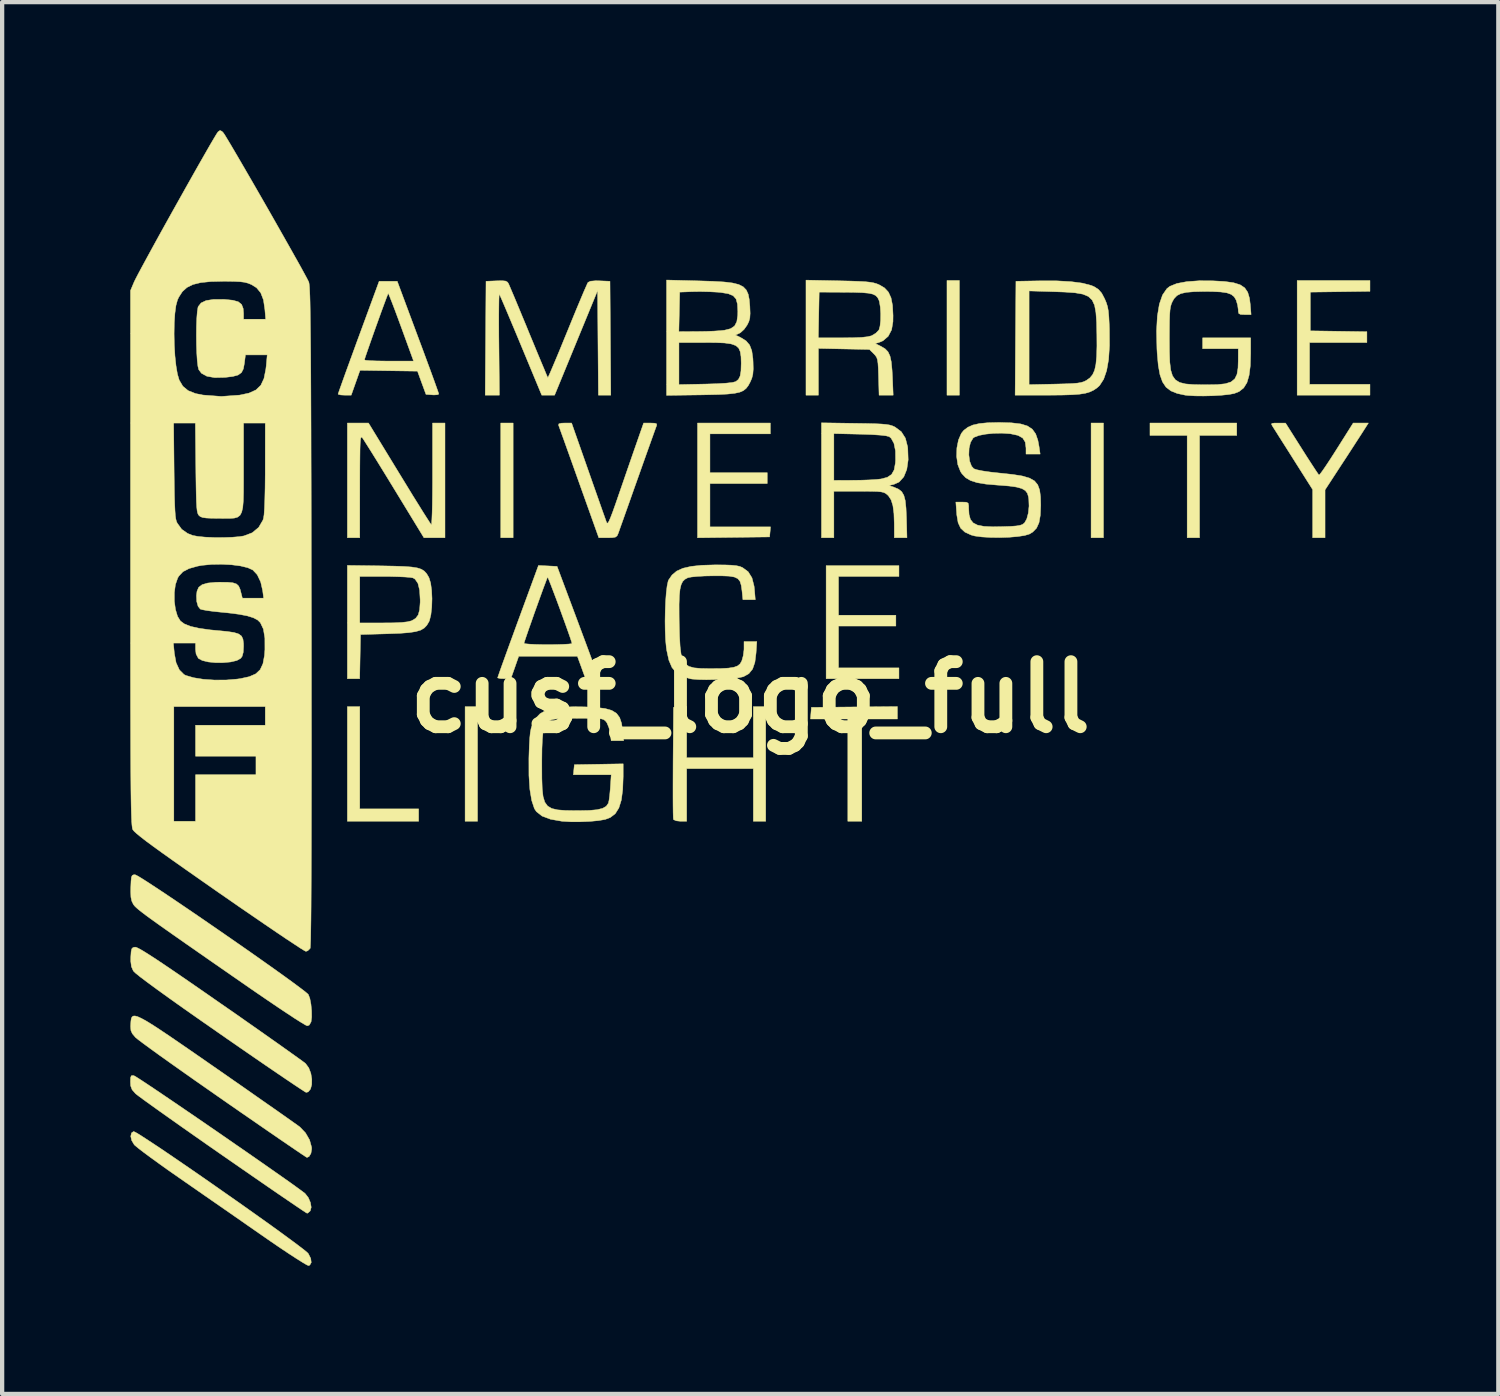
<source format=kicad_pcb>
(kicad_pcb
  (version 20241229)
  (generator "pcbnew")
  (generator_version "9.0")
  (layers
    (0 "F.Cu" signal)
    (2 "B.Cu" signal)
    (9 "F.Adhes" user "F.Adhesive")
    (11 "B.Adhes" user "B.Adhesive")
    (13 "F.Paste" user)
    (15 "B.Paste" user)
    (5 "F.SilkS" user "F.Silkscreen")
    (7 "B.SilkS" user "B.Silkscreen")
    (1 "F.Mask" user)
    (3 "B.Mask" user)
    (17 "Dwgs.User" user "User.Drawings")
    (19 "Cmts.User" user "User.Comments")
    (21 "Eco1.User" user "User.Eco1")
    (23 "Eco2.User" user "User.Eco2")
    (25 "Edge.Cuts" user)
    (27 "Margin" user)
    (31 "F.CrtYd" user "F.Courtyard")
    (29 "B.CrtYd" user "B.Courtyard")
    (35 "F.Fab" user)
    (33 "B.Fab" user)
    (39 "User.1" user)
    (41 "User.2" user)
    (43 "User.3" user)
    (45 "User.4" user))
  (footprint "cusf_logo_full"
    (layer "F.Cu")
    (at 14.519 13.28)
    (property "Reference" "cusf_logo_full" (at 0 0 0) (layer "F.SilkS") (effects (font (size 1.524 1.524) (thickness 0.3))))
    (attr through_hole)
    (fp_poly (pts (xy -6.386 2.903) (xy -6.677 2.903) (xy -6.677 0.218) (xy -6.386 0.218) (xy -6.386 2.903)) (stroke (width 0.01) (type solid)) (fill yes) (layer "F.SilkS"))
    (fp_poly (pts (xy -5.552 -3.737) (xy -5.842 -3.737) (xy -5.842 -6.423) (xy -5.552 -6.423) (xy -5.552 -3.737)) (stroke (width 0.01) (type solid)) (fill yes) (layer "F.SilkS"))
    (fp_poly (pts (xy 4.899 -7.076) (xy 4.608 -7.076) (xy 4.608 -9.761) (xy 4.899 -9.761) (xy 4.899 -7.076)) (stroke (width 0.01) (type solid)) (fill yes) (layer "F.SilkS"))
    (fp_poly (pts (xy 8.273 -3.737) (xy 7.983 -3.737) (xy 7.983 -6.423) (xy 8.273 -6.423) (xy 8.273 -3.737)) (stroke (width 0.01) (type solid)) (fill yes) (layer "F.SilkS"))
    (fp_poly (pts (xy -9.144 2.613) (xy -7.765 2.613) (xy -7.765 2.903) (xy -9.434 2.903) (xy -9.434 0.218) (xy -9.144 0.218) (xy -9.144 2.613)) (stroke (width 0.01) (type solid)) (fill yes) (layer "F.SilkS"))
    (fp_poly (pts (xy 11.394 -6.132) (xy 10.523 -6.132) (xy 10.523 -3.737) (xy 10.233 -3.737) (xy 10.233 -6.132) (xy 9.362 -6.132) (xy 9.362 -6.423) (xy 11.394 -6.423) (xy 11.394 -6.132)) (stroke (width 0.01) (type solid)) (fill yes) (layer "F.SilkS"))
    (fp_poly (pts (xy 3.447 0.508) (xy 2.613 0.508) (xy 2.613 2.903) (xy 2.286 2.903) (xy 2.286 0.508) (xy 1.411 0.508) (xy 1.422 0.372) (xy 1.433 0.236) (xy 2.44 0.226) (xy 3.447 0.217) (xy 3.447 0.508)) (stroke (width 0.01) (type solid)) (fill yes) (layer "F.SilkS"))
    (fp_poly (pts (xy 3.483 -2.83) (xy 2.068 -2.83) (xy 2.068 -1.923) (xy 3.411 -1.923) (xy 3.411 -1.669) (xy 2.068 -1.669) (xy 2.068 -0.689) (xy 3.483 -0.689) (xy 3.483 -0.435) (xy 1.778 -0.435) (xy 1.778 -3.084) (xy 3.483 -3.084) (xy 3.483 -2.83)) (stroke (width 0.01) (type solid)) (fill yes) (layer "F.SilkS"))
    (fp_poly (pts (xy 0.472 -6.169) (xy -0.943 -6.169) (xy -0.943 -5.261) (xy 0.399 -5.261) (xy 0.399 -5.007) (xy -0.943 -5.007) (xy -0.943 -3.991) (xy 0.476 -3.991) (xy 0.465 -3.873) (xy 0.454 -3.756) (xy -1.234 -3.736) (xy -1.234 -6.423) (xy 0.472 -6.423) (xy 0.472 -6.169)) (stroke (width 0.01) (type solid)) (fill yes) (layer "F.SilkS"))
    (fp_poly (pts (xy 14.514 -9.508) (xy 13.117 -9.489) (xy 13.117 -8.582) (xy 13.78 -8.572) (xy 14.442 -8.562) (xy 14.442 -8.309) (xy 13.099 -8.309) (xy 13.099 -7.33) (xy 14.514 -7.33) (xy 14.514 -7.076) (xy 12.809 -7.076) (xy 12.809 -9.761) (xy 14.514 -9.761) (xy 14.514 -9.508)) (stroke (width 0.01) (type solid)) (fill yes) (layer "F.SilkS"))
    (fp_poly (pts (xy -1.488 1.415) (xy 0.073 1.415) (xy 0.073 0.218) (xy 0.363 0.218) (xy 0.363 2.903) (xy 0.073 2.903) (xy 0.073 1.669) (xy -1.488 1.669) (xy -1.488 2.903) (xy -1.634 2.903) (xy -1.734 2.892) (xy -1.793 2.865) (xy -1.798 2.857) (xy -1.802 2.812) (xy -1.805 2.702) (xy -1.807 2.536) (xy -1.808 2.324) (xy -1.808 2.074) (xy -1.807 1.793) (xy -1.806 1.524) (xy -1.796 0.236) (xy -1.642 0.225) (xy -1.488 0.214) (xy -1.488 1.415)) (stroke (width 0.01) (type solid)) (fill yes) (layer "F.SilkS"))
    (fp_poly (pts (xy 14.344 -6.214) (xy 14.28 -6.115) (xy 14.186 -5.97) (xy 14.071 -5.792) (xy 13.945 -5.598) (xy 13.836 -5.432) (xy 13.462 -4.858) (xy 13.462 -3.737) (xy 13.172 -3.737) (xy 13.172 -4.864) (xy 12.731 -5.561) (xy 12.601 -5.767) (xy 12.481 -5.956) (xy 12.378 -6.118) (xy 12.299 -6.244) (xy 12.248 -6.323) (xy 12.237 -6.341) (xy 12.209 -6.39) (xy 12.216 -6.414) (xy 12.273 -6.422) (xy 12.36 -6.422) (xy 12.537 -6.422) (xy 12.917 -5.821) (xy 13.035 -5.635) (xy 13.141 -5.471) (xy 13.228 -5.338) (xy 13.289 -5.247) (xy 13.319 -5.206) (xy 13.321 -5.205) (xy 13.346 -5.229) (xy 13.404 -5.307) (xy 13.487 -5.428) (xy 13.59 -5.584) (xy 13.707 -5.767) (xy 13.732 -5.806) (xy 14.121 -6.423) (xy 14.477 -6.423) (xy 14.344 -6.214)) (stroke (width 0.01) (type solid)) (fill yes) (layer "F.SilkS"))
    (fp_poly (pts (xy -8.218 -5.241) (xy -8.056 -4.977) (xy -7.906 -4.731) (xy -7.77 -4.513) (xy -7.655 -4.328) (xy -7.563 -4.184) (xy -7.5 -4.086) (xy -7.47 -4.043) (xy -7.468 -4.042) (xy -7.461 -4.072) (xy -7.455 -4.167) (xy -7.449 -4.317) (xy -7.444 -4.516) (xy -7.441 -4.754) (xy -7.439 -5.023) (xy -7.439 -5.223) (xy -7.439 -6.423) (xy -7.148 -6.423) (xy -7.148 -3.737) (xy -7.641 -3.737) (xy -8.329 -4.865) (xy -8.489 -5.127) (xy -8.639 -5.371) (xy -8.775 -5.591) (xy -8.892 -5.779) (xy -8.985 -5.926) (xy -9.049 -6.027) (xy -9.079 -6.072) (xy -9.096 -6.09) (xy -9.11 -6.093) (xy -9.12 -6.073) (xy -9.128 -6.025) (xy -9.134 -5.941) (xy -9.138 -5.815) (xy -9.14 -5.64) (xy -9.142 -5.408) (xy -9.143 -5.115) (xy -9.143 -4.944) (xy -9.144 -3.737) (xy -9.434 -3.737) (xy -9.434 -6.423) (xy -8.939 -6.423) (xy -8.218 -5.241)) (stroke (width 0.01) (type solid)) (fill yes) (layer "F.SilkS"))
    (fp_poly (pts (xy -14.398 10.186) (xy -14.303 10.242) (xy -14.162 10.333) (xy -13.979 10.453) (xy -13.761 10.598) (xy -13.514 10.766) (xy -13.245 10.95) (xy -12.957 11.148) (xy -12.659 11.355) (xy -12.356 11.567) (xy -12.053 11.779) (xy -11.757 11.988) (xy -11.474 12.189) (xy -11.209 12.378) (xy -10.969 12.552) (xy -10.76 12.705) (xy -10.587 12.834) (xy -10.456 12.934) (xy -10.374 13.002) (xy -10.349 13.028) (xy -10.292 13.141) (xy -10.28 13.236) (xy -10.314 13.297) (xy -10.344 13.309) (xy -10.386 13.291) (xy -10.48 13.236) (xy -10.619 13.149) (xy -10.796 13.034) (xy -11.003 12.896) (xy -11.233 12.739) (xy -11.432 12.601) (xy -11.733 12.392) (xy -12.067 12.159) (xy -12.416 11.917) (xy -12.762 11.677) (xy -13.086 11.452) (xy -13.371 11.254) (xy -13.399 11.234) (xy -13.635 11.07) (xy -13.854 10.913) (xy -14.05 10.771) (xy -14.213 10.65) (xy -14.336 10.555) (xy -14.411 10.492) (xy -14.426 10.477) (xy -14.485 10.378) (xy -14.507 10.28) (xy -14.489 10.202) (xy -14.44 10.168) (xy -14.398 10.186)) (stroke (width 0.01) (type solid)) (fill yes) (layer "F.SilkS"))
    (fp_poly (pts (xy -14.371 5.858) (xy -14.308 5.889) (xy -14.213 5.943) (xy -14.082 6.025) (xy -13.912 6.135) (xy -13.7 6.277) (xy -13.442 6.452) (xy -13.135 6.663) (xy -12.775 6.912) (xy -12.41 7.166) (xy -12.075 7.398) (xy -11.757 7.621) (xy -11.459 7.83) (xy -11.188 8.021) (xy -10.949 8.19) (xy -10.747 8.334) (xy -10.587 8.448) (xy -10.474 8.53) (xy -10.415 8.575) (xy -10.41 8.58) (xy -10.338 8.679) (xy -10.29 8.804) (xy -10.267 8.94) (xy -10.269 9.069) (xy -10.297 9.174) (xy -10.351 9.24) (xy -10.399 9.253) (xy -10.435 9.233) (xy -10.526 9.174) (xy -10.666 9.081) (xy -10.851 8.957) (xy -11.075 8.805) (xy -11.333 8.629) (xy -11.621 8.431) (xy -11.933 8.216) (xy -12.264 7.987) (xy -12.409 7.886) (xy -12.863 7.57) (xy -13.261 7.291) (xy -13.603 7.048) (xy -13.888 6.843) (xy -14.115 6.676) (xy -14.285 6.548) (xy -14.395 6.459) (xy -14.446 6.409) (xy -14.447 6.407) (xy -14.491 6.308) (xy -14.507 6.183) (xy -14.506 6.078) (xy -14.498 5.956) (xy -14.483 5.89) (xy -14.453 5.86) (xy -14.405 5.85) (xy -14.371 5.858)) (stroke (width 0.01) (type solid)) (fill yes) (layer "F.SilkS"))
    (fp_poly (pts (xy -14.433 8.861) (xy -14.392 8.883) (xy -14.298 8.943) (xy -14.156 9.036) (xy -13.973 9.158) (xy -13.755 9.305) (xy -13.509 9.472) (xy -13.239 9.656) (xy -12.952 9.852) (xy -12.655 10.056) (xy -12.353 10.264) (xy -12.053 10.472) (xy -11.76 10.674) (xy -11.48 10.869) (xy -11.221 11.05) (xy -10.987 11.214) (xy -10.785 11.356) (xy -10.621 11.474) (xy -10.502 11.561) (xy -10.432 11.614) (xy -10.422 11.623) (xy -10.348 11.718) (xy -10.299 11.833) (xy -10.281 11.943) (xy -10.302 12.024) (xy -10.304 12.028) (xy -10.355 12.074) (xy -10.377 12.083) (xy -10.411 12.063) (xy -10.499 12.005) (xy -10.637 11.912) (xy -10.819 11.788) (xy -11.041 11.637) (xy -11.297 11.461) (xy -11.582 11.264) (xy -11.892 11.05) (xy -12.221 10.822) (xy -12.342 10.738) (xy -12.68 10.503) (xy -13.003 10.277) (xy -13.305 10.065) (xy -13.581 9.87) (xy -13.827 9.696) (xy -14.035 9.547) (xy -14.202 9.427) (xy -14.321 9.339) (xy -14.388 9.287) (xy -14.396 9.28) (xy -14.475 9.19) (xy -14.509 9.099) (xy -14.514 9.006) (xy -14.511 8.907) (xy -14.494 8.863) (xy -14.453 8.857) (xy -14.433 8.861)) (stroke (width 0.01) (type solid)) (fill yes) (layer "F.SilkS"))
    (fp_poly (pts (xy -14.344 7.479) (xy -14.255 7.52) (xy -14.137 7.585) (xy -13.986 7.678) (xy -13.798 7.801) (xy -13.568 7.956) (xy -13.292 8.145) (xy -12.966 8.37) (xy -12.586 8.634) (xy -12.482 8.706) (xy -12.156 8.933) (xy -11.844 9.15) (xy -11.553 9.354) (xy -11.287 9.54) (xy -11.052 9.704) (xy -10.855 9.843) (xy -10.701 9.952) (xy -10.595 10.027) (xy -10.545 10.064) (xy -10.415 10.2) (xy -10.319 10.366) (xy -10.272 10.537) (xy -10.27 10.579) (xy -10.287 10.681) (xy -10.332 10.755) (xy -10.38 10.777) (xy -10.413 10.757) (xy -10.501 10.699) (xy -10.638 10.606) (xy -10.82 10.482) (xy -11.041 10.331) (xy -11.297 10.155) (xy -11.582 9.958) (xy -11.891 9.745) (xy -12.22 9.517) (xy -12.341 9.433) (xy -12.679 9.197) (xy -13.003 8.971) (xy -13.305 8.758) (xy -13.582 8.562) (xy -13.828 8.387) (xy -14.037 8.236) (xy -14.203 8.114) (xy -14.323 8.024) (xy -14.39 7.97) (xy -14.398 7.962) (xy -14.47 7.877) (xy -14.503 7.803) (xy -14.51 7.705) (xy -14.507 7.646) (xy -14.503 7.581) (xy -14.495 7.527) (xy -14.479 7.489) (xy -14.452 7.466) (xy -14.408 7.462) (xy -14.344 7.479)) (stroke (width 0.01) (type solid)) (fill yes) (layer "F.SilkS"))
    (fp_poly (pts (xy -8.627 -3.078) (xy -8.334 -3.072) (xy -8.104 -3.064) (xy -7.928 -3.051) (xy -7.797 -3.03) (xy -7.701 -2.999) (xy -7.632 -2.955) (xy -7.579 -2.897) (xy -7.534 -2.822) (xy -7.521 -2.796) (xy -7.484 -2.675) (xy -7.461 -2.505) (xy -7.452 -2.31) (xy -7.458 -2.112) (xy -7.478 -1.934) (xy -7.512 -1.797) (xy -7.523 -1.772) (xy -7.573 -1.687) (xy -7.635 -1.622) (xy -7.718 -1.573) (xy -7.834 -1.539) (xy -7.99 -1.515) (xy -8.199 -1.499) (xy -8.47 -1.489) (xy -8.491 -1.488) (xy -9.126 -1.47) (xy -9.136 -0.953) (xy -9.146 -0.435) (xy -9.434 -0.435) (xy -9.434 -2.83) (xy -9.144 -2.83) (xy -9.144 -1.742) (xy -8.599 -1.742) (xy -8.349 -1.744) (xy -8.162 -1.753) (xy -8.028 -1.768) (xy -7.938 -1.79) (xy -7.927 -1.794) (xy -7.835 -1.849) (xy -7.775 -1.929) (xy -7.742 -2.05) (xy -7.729 -2.225) (xy -7.729 -2.283) (xy -7.742 -2.508) (xy -7.781 -2.668) (xy -7.849 -2.767) (xy -7.899 -2.797) (xy -7.965 -2.808) (xy -8.089 -2.818) (xy -8.255 -2.825) (xy -8.45 -2.83) (xy -8.566 -2.83) (xy -9.144 -2.83) (xy -9.434 -2.83) (xy -9.434 -3.089) (xy -8.627 -3.078)) (stroke (width 0.01) (type solid)) (fill yes) (layer "F.SilkS"))
    (fp_poly (pts (xy -3.791 -5.307) (xy -3.695 -5.033) (xy -3.605 -4.778) (xy -3.525 -4.551) (xy -3.458 -4.36) (xy -3.406 -4.215) (xy -3.374 -4.124) (xy -3.365 -4.1) (xy -3.351 -4.078) (xy -3.333 -4.084) (xy -3.307 -4.125) (xy -3.271 -4.208) (xy -3.22 -4.341) (xy -3.153 -4.529) (xy -3.082 -4.735) (xy -2.993 -4.992) (xy -2.9 -5.263) (xy -2.808 -5.528) (xy -2.726 -5.765) (xy -2.664 -5.942) (xy -2.496 -6.423) (xy -2.332 -6.423) (xy -2.233 -6.419) (xy -2.191 -6.403) (xy -2.191 -6.368) (xy -2.194 -6.359) (xy -2.212 -6.311) (xy -2.251 -6.203) (xy -2.308 -6.043) (xy -2.381 -5.839) (xy -2.466 -5.601) (xy -2.56 -5.336) (xy -2.638 -5.116) (xy -2.738 -4.835) (xy -2.831 -4.571) (xy -2.915 -4.335) (xy -2.986 -4.134) (xy -3.042 -3.978) (xy -3.078 -3.875) (xy -3.092 -3.837) (xy -3.118 -3.781) (xy -3.158 -3.751) (xy -3.232 -3.739) (xy -3.337 -3.737) (xy -3.546 -3.737) (xy -4.008 -5.031) (xy -4.112 -5.323) (xy -4.209 -5.595) (xy -4.296 -5.838) (xy -4.37 -6.045) (xy -4.429 -6.208) (xy -4.469 -6.32) (xy -4.488 -6.372) (xy -4.488 -6.373) (xy -4.481 -6.405) (xy -4.421 -6.42) (xy -4.345 -6.423) (xy -4.183 -6.423) (xy -3.791 -5.307)) (stroke (width 0.01) (type solid)) (fill yes) (layer "F.SilkS"))
    (fp_poly (pts (xy -14.36 4.176) (xy -14.261 4.234) (xy -14.116 4.326) (xy -13.93 4.448) (xy -13.709 4.594) (xy -13.459 4.762) (xy -13.186 4.947) (xy -12.897 5.144) (xy -12.598 5.35) (xy -12.294 5.56) (xy -11.991 5.77) (xy -11.697 5.975) (xy -11.416 6.173) (xy -11.155 6.358) (xy -10.92 6.526) (xy -10.718 6.673) (xy -10.553 6.795) (xy -10.432 6.887) (xy -10.362 6.946) (xy -10.348 6.961) (xy -10.313 7.051) (xy -10.287 7.186) (xy -10.272 7.341) (xy -10.27 7.489) (xy -10.284 7.601) (xy -10.327 7.676) (xy -10.375 7.693) (xy -10.419 7.672) (xy -10.515 7.615) (xy -10.658 7.525) (xy -10.84 7.405) (xy -11.055 7.262) (xy -11.297 7.098) (xy -11.559 6.919) (xy -11.69 6.829) (xy -12.153 6.508) (xy -12.561 6.225) (xy -12.916 5.978) (xy -13.223 5.764) (xy -13.484 5.581) (xy -13.705 5.426) (xy -13.888 5.296) (xy -14.037 5.189) (xy -14.156 5.102) (xy -14.249 5.031) (xy -14.319 4.976) (xy -14.37 4.932) (xy -14.406 4.898) (xy -14.43 4.87) (xy -14.446 4.848) (xy -14.483 4.772) (xy -14.503 4.68) (xy -14.508 4.551) (xy -14.506 4.445) (xy -14.5 4.301) (xy -14.491 4.215) (xy -14.473 4.172) (xy -14.442 4.157) (xy -14.405 4.155) (xy -14.36 4.176)) (stroke (width 0.01) (type solid)) (fill yes) (layer "F.SilkS"))
    (fp_poly (pts (xy -7.78 -8.438) (xy -7.671 -8.146) (xy -7.571 -7.875) (xy -7.482 -7.634) (xy -7.407 -7.428) (xy -7.349 -7.266) (xy -7.31 -7.156) (xy -7.294 -7.105) (xy -7.293 -7.102) (xy -7.326 -7.086) (xy -7.406 -7.081) (xy -7.443 -7.083) (xy -7.593 -7.094) (xy -7.693 -7.366) (xy -7.792 -7.638) (xy -9.138 -7.658) (xy -9.344 -7.076) (xy -9.498 -7.076) (xy -9.592 -7.081) (xy -9.646 -7.096) (xy -9.651 -7.103) (xy -9.638 -7.142) (xy -9.603 -7.242) (xy -9.549 -7.394) (xy -9.478 -7.592) (xy -9.392 -7.828) (xy -9.365 -7.902) (xy -9.035 -7.902) (xy -9.001 -7.892) (xy -8.906 -7.884) (xy -8.763 -7.878) (xy -8.585 -7.875) (xy -8.459 -7.874) (xy -7.883 -7.874) (xy -8.174 -8.673) (xy -8.257 -8.898) (xy -8.331 -9.097) (xy -8.394 -9.261) (xy -8.442 -9.382) (xy -8.47 -9.449) (xy -8.477 -9.46) (xy -8.493 -9.423) (xy -8.529 -9.329) (xy -8.58 -9.191) (xy -8.643 -9.02) (xy -8.712 -8.828) (xy -8.784 -8.628) (xy -8.854 -8.431) (xy -8.918 -8.248) (xy -8.972 -8.093) (xy -9.012 -7.977) (xy -9.033 -7.911) (xy -9.035 -7.902) (xy -9.365 -7.902) (xy -9.295 -8.094) (xy -9.19 -8.383) (xy -9.17 -8.436) (xy -8.69 -9.743) (xy -8.266 -9.743) (xy -7.78 -8.438)) (stroke (width 0.01) (type solid)) (fill yes) (layer "F.SilkS"))
    (fp_poly (pts (xy 7.174 -9.753) (xy 7.514 -9.734) (xy 7.786 -9.698) (xy 7.99 -9.644) (xy 8.057 -9.615) (xy 8.156 -9.551) (xy 8.231 -9.465) (xy 8.301 -9.332) (xy 8.301 -9.332) (xy 8.34 -9.239) (xy 8.368 -9.149) (xy 8.387 -9.046) (xy 8.399 -8.912) (xy 8.408 -8.73) (xy 8.412 -8.625) (xy 8.414 -8.236) (xy 8.393 -7.913) (xy 8.347 -7.651) (xy 8.277 -7.449) (xy 8.182 -7.302) (xy 8.119 -7.245) (xy 8.04 -7.192) (xy 7.953 -7.151) (xy 7.847 -7.12) (xy 7.714 -7.099) (xy 7.541 -7.086) (xy 7.319 -7.079) (xy 7.038 -7.076) (xy 6.957 -7.076) (xy 6.204 -7.076) (xy 6.206 -7.322) (xy 6.531 -7.322) (xy 7.139 -7.335) (xy 7.37 -7.341) (xy 7.54 -7.348) (xy 7.663 -7.358) (xy 7.751 -7.373) (xy 7.816 -7.393) (xy 7.872 -7.421) (xy 7.874 -7.422) (xy 7.957 -7.482) (xy 8.02 -7.559) (xy 8.066 -7.662) (xy 8.096 -7.802) (xy 8.113 -7.987) (xy 8.12 -8.227) (xy 8.118 -8.491) (xy 8.112 -8.782) (xy 8.096 -9.008) (xy 8.065 -9.18) (xy 8.008 -9.303) (xy 7.919 -9.388) (xy 7.788 -9.442) (xy 7.608 -9.473) (xy 7.371 -9.49) (xy 7.121 -9.499) (xy 6.531 -9.517) (xy 6.531 -7.322) (xy 6.206 -7.322) (xy 6.213 -8.409) (xy 6.223 -9.743) (xy 6.767 -9.753) (xy 7.174 -9.753)) (stroke (width 0.01) (type solid)) (fill yes) (layer "F.SilkS"))
    (fp_poly (pts (xy -5.729 -9.748) (xy -5.685 -9.724) (xy -5.665 -9.696) (xy -5.642 -9.646) (xy -5.596 -9.538) (xy -5.529 -9.381) (xy -5.446 -9.182) (xy -5.35 -8.95) (xy -5.244 -8.695) (xy -5.19 -8.562) (xy -5.082 -8.302) (xy -4.984 -8.064) (xy -4.897 -7.856) (xy -4.826 -7.687) (xy -4.775 -7.564) (xy -4.745 -7.496) (xy -4.74 -7.485) (xy -4.724 -7.515) (xy -4.684 -7.604) (xy -4.624 -7.745) (xy -4.546 -7.929) (xy -4.454 -8.15) (xy -4.352 -8.4) (xy -4.281 -8.572) (xy -4.172 -8.839) (xy -4.071 -9.085) (xy -3.98 -9.302) (xy -3.904 -9.483) (xy -3.845 -9.617) (xy -3.809 -9.698) (xy -3.798 -9.717) (xy -3.74 -9.745) (xy -3.618 -9.755) (xy -3.523 -9.753) (xy -3.284 -9.743) (xy -3.274 -8.409) (xy -3.265 -7.076) (xy -3.555 -7.076) (xy -3.565 -8.3) (xy -3.574 -9.525) (xy -4.581 -7.076) (xy -4.882 -7.076) (xy -5.368 -8.246) (xy -5.482 -8.52) (xy -5.588 -8.772) (xy -5.682 -8.996) (xy -5.761 -9.182) (xy -5.822 -9.324) (xy -5.861 -9.413) (xy -5.875 -9.442) (xy -5.88 -9.413) (xy -5.884 -9.32) (xy -5.886 -9.171) (xy -5.888 -8.974) (xy -5.888 -8.737) (xy -5.887 -8.469) (xy -5.885 -8.271) (xy -5.874 -7.076) (xy -6.206 -7.076) (xy -6.196 -8.409) (xy -6.187 -9.743) (xy -5.944 -9.753) (xy -5.81 -9.756) (xy -5.729 -9.748)) (stroke (width 0.01) (type solid)) (fill yes) (layer "F.SilkS"))
    (fp_poly (pts (xy 2.077 -9.754) (xy 2.34 -9.748) (xy 2.541 -9.741) (xy 2.692 -9.733) (xy 2.805 -9.721) (xy 2.89 -9.706) (xy 2.959 -9.686) (xy 3.018 -9.662) (xy 3.145 -9.588) (xy 3.237 -9.489) (xy 3.298 -9.355) (xy 3.333 -9.177) (xy 3.345 -8.943) (xy 3.343 -8.796) (xy 3.311 -8.606) (xy 3.231 -8.454) (xy 3.11 -8.35) (xy 3.051 -8.324) (xy 2.929 -8.284) (xy 3.07 -8.215) (xy 3.161 -8.16) (xy 3.228 -8.09) (xy 3.274 -7.991) (xy 3.304 -7.853) (xy 3.322 -7.662) (xy 3.331 -7.504) (xy 3.348 -7.076) (xy 3.018 -7.076) (xy 3.006 -7.51) (xy 3 -7.695) (xy 2.992 -7.823) (xy 2.979 -7.908) (xy 2.959 -7.965) (xy 2.927 -8.01) (xy 2.893 -8.046) (xy 2.792 -8.146) (xy 2.195 -8.158) (xy 1.597 -8.171) (xy 1.597 -7.076) (xy 1.306 -7.076) (xy 1.306 -8.418) (xy 1.595 -8.418) (xy 2.159 -8.418) (xy 2.415 -8.421) (xy 2.608 -8.429) (xy 2.745 -8.444) (xy 2.835 -8.465) (xy 2.847 -8.47) (xy 2.943 -8.528) (xy 3.012 -8.6) (xy 3.016 -8.606) (xy 3.04 -8.693) (xy 3.054 -8.827) (xy 3.056 -8.982) (xy 3.047 -9.135) (xy 3.027 -9.259) (xy 3.016 -9.296) (xy 2.985 -9.36) (xy 2.94 -9.408) (xy 2.871 -9.442) (xy 2.768 -9.464) (xy 2.62 -9.477) (xy 2.419 -9.484) (xy 2.213 -9.486) (xy 1.615 -9.489) (xy 1.595 -8.418) (xy 1.306 -8.418) (xy 1.306 -9.77) (xy 2.077 -9.754)) (stroke (width 0.01) (type solid)) (fill yes) (layer "F.SilkS"))
    (fp_poly (pts (xy 2.458 -6.416) (xy 2.721 -6.412) (xy 2.923 -6.407) (xy 3.073 -6.4) (xy 3.183 -6.39) (xy 3.264 -6.377) (xy 3.326 -6.359) (xy 3.38 -6.335) (xy 3.393 -6.328) (xy 3.538 -6.22) (xy 3.634 -6.069) (xy 3.686 -5.867) (xy 3.69 -5.829) (xy 3.699 -5.562) (xy 3.667 -5.338) (xy 3.597 -5.164) (xy 3.49 -5.044) (xy 3.365 -4.987) (xy 3.248 -4.96) (xy 3.373 -4.918) (xy 3.474 -4.874) (xy 3.548 -4.815) (xy 3.598 -4.729) (xy 3.631 -4.605) (xy 3.649 -4.43) (xy 3.659 -4.207) (xy 3.671 -3.737) (xy 3.375 -3.737) (xy 3.374 -4.055) (xy 3.366 -4.301) (xy 3.342 -4.487) (xy 3.3 -4.623) (xy 3.237 -4.719) (xy 3.211 -4.744) (xy 3.172 -4.775) (xy 3.127 -4.797) (xy 3.066 -4.811) (xy 2.975 -4.82) (xy 2.843 -4.824) (xy 2.657 -4.826) (xy 2.538 -4.826) (xy 1.959 -4.826) (xy 1.959 -3.737) (xy 1.669 -3.737) (xy 1.669 -5.08) (xy 1.959 -5.08) (xy 2.422 -5.082) (xy 2.617 -5.085) (xy 2.803 -5.092) (xy 2.958 -5.102) (xy 3.06 -5.113) (xy 3.211 -5.152) (xy 3.311 -5.219) (xy 3.371 -5.326) (xy 3.4 -5.487) (xy 3.404 -5.548) (xy 3.402 -5.772) (xy 3.366 -5.948) (xy 3.301 -6.066) (xy 3.254 -6.105) (xy 3.181 -6.124) (xy 3.042 -6.14) (xy 2.842 -6.153) (xy 2.586 -6.162) (xy 2.567 -6.162) (xy 1.959 -6.176) (xy 1.959 -5.08) (xy 1.669 -5.08) (xy 1.669 -6.428) (xy 2.458 -6.416)) (stroke (width 0.01) (type solid)) (fill yes) (layer "F.SilkS"))
    (fp_poly (pts (xy -4.741 -3.077) (xy -4.523 -3.066) (xy -4.041 -1.778) (xy -3.933 -1.488) (xy -3.833 -1.22) (xy -3.744 -0.98) (xy -3.67 -0.777) (xy -3.612 -0.618) (xy -3.573 -0.51) (xy -3.558 -0.462) (xy -3.557 -0.461) (xy -3.589 -0.445) (xy -3.669 -0.441) (xy -3.709 -0.442) (xy -3.863 -0.454) (xy -3.955 -0.708) (xy -4.048 -0.962) (xy -5.421 -0.962) (xy -5.513 -0.699) (xy -5.606 -0.436) (xy -5.76 -0.436) (xy -5.855 -0.44) (xy -5.909 -0.453) (xy -5.915 -0.459) (xy -5.902 -0.497) (xy -5.868 -0.596) (xy -5.814 -0.748) (xy -5.743 -0.945) (xy -5.658 -1.18) (xy -5.627 -1.265) (xy -5.298 -1.265) (xy -5.263 -1.254) (xy -5.169 -1.245) (xy -5.027 -1.238) (xy -4.849 -1.234) (xy -4.735 -1.234) (xy -4.543 -1.235) (xy -4.378 -1.24) (xy -4.255 -1.247) (xy -4.184 -1.255) (xy -4.173 -1.261) (xy -4.185 -1.304) (xy -4.217 -1.401) (xy -4.266 -1.541) (xy -4.327 -1.712) (xy -4.396 -1.902) (xy -4.468 -2.101) (xy -4.54 -2.295) (xy -4.608 -2.474) (xy -4.666 -2.627) (xy -4.711 -2.741) (xy -4.738 -2.805) (xy -4.744 -2.815) (xy -4.761 -2.778) (xy -4.796 -2.684) (xy -4.848 -2.546) (xy -4.91 -2.375) (xy -4.979 -2.183) (xy -5.051 -1.983) (xy -5.12 -1.786) (xy -5.184 -1.605) (xy -5.237 -1.451) (xy -5.276 -1.336) (xy -5.296 -1.273) (xy -5.298 -1.265) (xy -5.627 -1.265) (xy -5.561 -1.445) (xy -5.456 -1.734) (xy -5.437 -1.785) (xy -4.959 -3.087) (xy -4.741 -3.077)) (stroke (width 0.01) (type solid)) (fill yes) (layer "F.SilkS"))
    (fp_poly (pts (xy 10.838 -9.753) (xy 11.111 -9.738) (xy 11.319 -9.709) (xy 11.473 -9.661) (xy 11.581 -9.589) (xy 11.651 -9.486) (xy 11.692 -9.349) (xy 11.711 -9.198) (xy 11.73 -8.963) (xy 11.58 -8.963) (xy 11.485 -8.966) (xy 11.442 -8.988) (xy 11.43 -9.043) (xy 11.43 -9.073) (xy 11.415 -9.184) (xy 11.38 -9.302) (xy 11.378 -9.306) (xy 11.334 -9.38) (xy 11.266 -9.435) (xy 11.164 -9.472) (xy 11.018 -9.493) (xy 10.817 -9.503) (xy 10.632 -9.505) (xy 10.393 -9.499) (xy 10.215 -9.484) (xy 10.086 -9.455) (xy 9.994 -9.408) (xy 9.928 -9.339) (xy 9.888 -9.271) (xy 9.863 -9.214) (xy 9.845 -9.152) (xy 9.832 -9.071) (xy 9.824 -8.962) (xy 9.819 -8.812) (xy 9.817 -8.61) (xy 9.816 -8.4) (xy 9.818 -8.093) (xy 9.826 -7.85) (xy 9.848 -7.664) (xy 9.89 -7.528) (xy 9.958 -7.434) (xy 10.057 -7.373) (xy 10.195 -7.339) (xy 10.377 -7.324) (xy 10.61 -7.319) (xy 10.686 -7.319) (xy 10.937 -7.323) (xy 11.126 -7.343) (xy 11.259 -7.385) (xy 11.348 -7.457) (xy 11.4 -7.564) (xy 11.424 -7.714) (xy 11.429 -7.883) (xy 11.43 -8.164) (xy 10.595 -8.164) (xy 10.595 -8.418) (xy 11.72 -8.418) (xy 11.72 -8.057) (xy 11.712 -7.767) (xy 11.683 -7.54) (xy 11.633 -7.369) (xy 11.556 -7.245) (xy 11.45 -7.161) (xy 11.335 -7.115) (xy 11.211 -7.092) (xy 11.036 -7.074) (xy 10.831 -7.062) (xy 10.617 -7.057) (xy 10.416 -7.059) (xy 10.248 -7.069) (xy 10.187 -7.076) (xy 10 -7.116) (xy 9.852 -7.176) (xy 9.738 -7.263) (xy 9.655 -7.387) (xy 9.596 -7.555) (xy 9.556 -7.775) (xy 9.531 -8.057) (xy 9.525 -8.164) (xy 9.516 -8.579) (xy 9.535 -8.927) (xy 9.582 -9.208) (xy 9.656 -9.422) (xy 9.758 -9.57) (xy 9.828 -9.625) (xy 9.993 -9.691) (xy 10.223 -9.734) (xy 10.515 -9.755) (xy 10.838 -9.753)) (stroke (width 0.01) (type solid)) (fill yes) (layer "F.SilkS"))
    (fp_poly (pts (xy -1.188 -9.752) (xy -0.869 -9.742) (xy -0.614 -9.727) (xy -0.416 -9.703) (xy -0.269 -9.667) (xy -0.163 -9.613) (xy -0.092 -9.539) (xy -0.047 -9.44) (xy -0.022 -9.313) (xy -0.008 -9.153) (xy -0.008 -9.145) (xy -0.002 -8.99) (xy -0.009 -8.883) (xy -0.032 -8.799) (xy -0.073 -8.716) (xy -0.144 -8.616) (xy -0.225 -8.542) (xy -0.25 -8.527) (xy -0.345 -8.484) (xy -0.221 -8.424) (xy -0.097 -8.347) (xy -0.014 -8.25) (xy 0.037 -8.117) (xy 0.063 -7.934) (xy 0.067 -7.854) (xy 0.071 -7.688) (xy 0.062 -7.568) (xy 0.038 -7.472) (xy 0.002 -7.388) (xy -0.044 -7.302) (xy -0.095 -7.235) (xy -0.159 -7.183) (xy -0.246 -7.145) (xy -0.366 -7.119) (xy -0.526 -7.102) (xy -0.737 -7.091) (xy -1.007 -7.085) (xy -1.152 -7.082) (xy -1.959 -7.071) (xy -1.959 -8.309) (xy -1.669 -8.309) (xy -1.669 -7.323) (xy -1.043 -7.336) (xy -0.773 -7.344) (xy -0.563 -7.357) (xy -0.417 -7.373) (xy -0.34 -7.393) (xy -0.338 -7.394) (xy -0.275 -7.445) (xy -0.236 -7.524) (xy -0.216 -7.644) (xy -0.211 -7.821) (xy -0.211 -7.824) (xy -0.215 -7.976) (xy -0.233 -8.093) (xy -0.271 -8.179) (xy -0.339 -8.238) (xy -0.446 -8.276) (xy -0.599 -8.298) (xy -0.807 -8.307) (xy -1.08 -8.309) (xy -1.087 -8.309) (xy -1.669 -8.309) (xy -1.959 -8.309) (xy -1.959 -8.563) (xy -1.671 -8.563) (xy -1.226 -8.566) (xy -1.033 -8.569) (xy -0.848 -8.576) (xy -0.694 -8.587) (xy -0.601 -8.597) (xy -0.459 -8.633) (xy -0.367 -8.695) (xy -0.314 -8.796) (xy -0.292 -8.948) (xy -0.29 -9.041) (xy -0.299 -9.21) (xy -0.331 -9.328) (xy -0.399 -9.405) (xy -0.513 -9.452) (xy -0.684 -9.48) (xy -0.766 -9.488) (xy -0.959 -9.498) (xy -1.173 -9.503) (xy -1.361 -9.5) (xy -1.651 -9.489) (xy -1.661 -9.026) (xy -1.671 -8.563) (xy -1.959 -8.563) (xy -1.959 -9.772) (xy -1.188 -9.752)) (stroke (width 0.01) (type solid)) (fill yes) (layer "F.SilkS"))
    (fp_poly (pts (xy -0.6 -3.1) (xy -0.442 -3.094) (xy -0.328 -3.083) (xy -0.245 -3.065) (xy -0.18 -3.038) (xy -0.048 -2.941) (xy 0.041 -2.798) (xy 0.091 -2.602) (xy 0.1 -2.518) (xy 0.119 -2.286) (xy -0.171 -2.286) (xy -0.192 -2.492) (xy -0.21 -2.621) (xy -0.238 -2.714) (xy -0.289 -2.778) (xy -0.371 -2.817) (xy -0.497 -2.838) (xy -0.676 -2.845) (xy -0.863 -2.845) (xy -1.066 -2.841) (xy -1.244 -2.831) (xy -1.38 -2.817) (xy -1.46 -2.801) (xy -1.462 -2.8) (xy -1.529 -2.764) (xy -1.581 -2.713) (xy -1.618 -2.637) (xy -1.644 -2.529) (xy -1.659 -2.379) (xy -1.666 -2.179) (xy -1.665 -1.92) (xy -1.663 -1.742) (xy -1.655 -1.436) (xy -1.642 -1.195) (xy -1.619 -1.011) (xy -1.58 -0.876) (xy -1.52 -0.782) (xy -1.434 -0.723) (xy -1.316 -0.69) (xy -1.16 -0.676) (xy -0.963 -0.672) (xy -0.925 -0.672) (xy -0.686 -0.674) (xy -0.508 -0.684) (xy -0.381 -0.704) (xy -0.294 -0.736) (xy -0.237 -0.784) (xy -0.198 -0.85) (xy -0.197 -0.854) (xy -0.164 -0.971) (xy -0.146 -1.109) (xy -0.145 -1.142) (xy -0.145 -1.306) (xy 0.155 -1.306) (xy 0.137 -1.038) (xy 0.11 -0.821) (xy 0.056 -0.663) (xy -0.031 -0.555) (xy -0.155 -0.485) (xy -0.163 -0.482) (xy -0.267 -0.459) (xy -0.423 -0.44) (xy -0.615 -0.425) (xy -0.823 -0.416) (xy -1.028 -0.412) (xy -1.212 -0.416) (xy -1.356 -0.427) (xy -1.403 -0.434) (xy -1.59 -0.491) (xy -1.73 -0.575) (xy -1.832 -0.698) (xy -1.905 -0.869) (xy -1.955 -1.099) (xy -1.965 -1.168) (xy -1.982 -1.345) (xy -1.991 -1.555) (xy -1.994 -1.784) (xy -1.99 -2.019) (xy -1.981 -2.244) (xy -1.966 -2.446) (xy -1.946 -2.609) (xy -1.922 -2.72) (xy -1.912 -2.746) (xy -1.831 -2.864) (xy -1.722 -2.956) (xy -1.576 -3.022) (xy -1.384 -3.066) (xy -1.139 -3.092) (xy -0.832 -3.101) (xy -0.816 -3.101) (xy -0.6 -3.1)) (stroke (width 0.01) (type solid)) (fill yes) (layer "F.SilkS"))
    (fp_poly (pts (xy -3.88 0.224) (xy -3.607 0.237) (xy -3.397 0.263) (xy -3.241 0.308) (xy -3.131 0.376) (xy -3.058 0.474) (xy -3.013 0.608) (xy -2.987 0.783) (xy -2.985 0.804) (xy -2.965 1.016) (xy -3.256 1.016) (xy -3.28 0.838) (xy -3.308 0.713) (xy -3.352 0.606) (xy -3.372 0.574) (xy -3.401 0.543) (xy -3.435 0.52) (xy -3.486 0.505) (xy -3.566 0.496) (xy -3.686 0.492) (xy -3.859 0.49) (xy -4.019 0.49) (xy -4.265 0.492) (xy -4.448 0.498) (xy -4.577 0.51) (xy -4.661 0.528) (xy -4.692 0.541) (xy -4.75 0.581) (xy -4.796 0.637) (xy -4.829 0.718) (xy -4.853 0.833) (xy -4.868 0.991) (xy -4.877 1.2) (xy -4.88 1.469) (xy -4.88 1.597) (xy -4.879 1.901) (xy -4.871 2.14) (xy -4.851 2.322) (xy -4.811 2.455) (xy -4.745 2.546) (xy -4.647 2.604) (xy -4.51 2.636) (xy -4.328 2.65) (xy -4.095 2.654) (xy -4.012 2.654) (xy -3.766 2.649) (xy -3.584 2.632) (xy -3.455 2.6) (xy -3.371 2.551) (xy -3.323 2.482) (xy -3.321 2.478) (xy -3.306 2.412) (xy -3.291 2.297) (xy -3.278 2.153) (xy -3.275 2.114) (xy -3.255 1.814) (xy -4.141 1.814) (xy -4.13 1.696) (xy -4.118 1.578) (xy -3.547 1.568) (xy -2.975 1.558) (xy -2.975 1.856) (xy -2.986 2.162) (xy -3.018 2.405) (xy -3.076 2.591) (xy -3.161 2.726) (xy -3.277 2.815) (xy -3.396 2.86) (xy -3.551 2.887) (xy -3.753 2.906) (xy -3.979 2.915) (xy -4.204 2.915) (xy -4.404 2.903) (xy -4.412 2.902) (xy -4.675 2.856) (xy -4.875 2.781) (xy -5.008 2.676) (xy -5.054 2.606) (xy -5.117 2.417) (xy -5.16 2.159) (xy -5.182 1.832) (xy -5.183 1.435) (xy -5.181 1.361) (xy -5.173 1.128) (xy -5.163 0.954) (xy -5.15 0.825) (xy -5.131 0.727) (xy -5.105 0.647) (xy -5.091 0.614) (xy -5.017 0.483) (xy -4.92 0.383) (xy -4.791 0.309) (xy -4.623 0.259) (xy -4.406 0.231) (xy -4.133 0.221) (xy -3.88 0.224)) (stroke (width 0.01) (type solid)) (fill yes) (layer "F.SilkS"))
    (fp_poly (pts (xy 5.842 -6.436) (xy 6.118 -6.428) (xy 6.332 -6.403) (xy 6.491 -6.355) (xy 6.606 -6.279) (xy 6.685 -6.169) (xy 6.737 -6.019) (xy 6.765 -5.869) (xy 6.79 -5.697) (xy 6.459 -5.697) (xy 6.459 -5.838) (xy 6.441 -5.976) (xy 6.382 -6.072) (xy 6.271 -6.134) (xy 6.1 -6.171) (xy 6.085 -6.173) (xy 5.895 -6.186) (xy 5.699 -6.182) (xy 5.514 -6.163) (xy 5.358 -6.133) (xy 5.249 -6.092) (xy 5.219 -6.07) (xy 5.159 -5.97) (xy 5.126 -5.832) (xy 5.12 -5.678) (xy 5.139 -5.53) (xy 5.184 -5.412) (xy 5.237 -5.353) (xy 5.307 -5.329) (xy 5.439 -5.302) (xy 5.624 -5.275) (xy 5.852 -5.25) (xy 5.867 -5.249) (xy 6.153 -5.218) (xy 6.375 -5.182) (xy 6.54 -5.134) (xy 6.657 -5.068) (xy 6.733 -4.977) (xy 6.778 -4.855) (xy 6.799 -4.696) (xy 6.804 -4.499) (xy 6.794 -4.265) (xy 6.763 -4.089) (xy 6.705 -3.961) (xy 6.616 -3.87) (xy 6.538 -3.823) (xy 6.427 -3.79) (xy 6.262 -3.765) (xy 6.061 -3.748) (xy 5.843 -3.741) (xy 5.624 -3.744) (xy 5.423 -3.756) (xy 5.259 -3.778) (xy 5.174 -3.801) (xy 5.027 -3.869) (xy 4.929 -3.96) (xy 4.869 -4.089) (xy 4.838 -4.271) (xy 4.835 -4.315) (xy 4.816 -4.572) (xy 4.966 -4.572) (xy 5.061 -4.569) (xy 5.104 -4.546) (xy 5.116 -4.485) (xy 5.116 -4.432) (xy 5.125 -4.281) (xy 5.157 -4.166) (xy 5.221 -4.085) (xy 5.324 -4.032) (xy 5.475 -4.003) (xy 5.683 -3.993) (xy 5.908 -3.997) (xy 6.098 -4.003) (xy 6.23 -4.013) (xy 6.317 -4.027) (xy 6.375 -4.047) (xy 6.416 -4.078) (xy 6.424 -4.085) (xy 6.476 -4.176) (xy 6.513 -4.315) (xy 6.53 -4.478) (xy 6.524 -4.643) (xy 6.516 -4.695) (xy 6.491 -4.779) (xy 6.442 -4.842) (xy 6.362 -4.889) (xy 6.239 -4.923) (xy 6.065 -4.948) (xy 5.829 -4.967) (xy 5.786 -4.97) (xy 5.52 -4.993) (xy 5.314 -5.027) (xy 5.159 -5.077) (xy 5.044 -5.145) (xy 4.958 -5.237) (xy 4.925 -5.287) (xy 4.862 -5.448) (xy 4.834 -5.639) (xy 4.84 -5.839) (xy 4.877 -6.026) (xy 4.944 -6.18) (xy 5.001 -6.251) (xy 5.098 -6.325) (xy 5.216 -6.377) (xy 5.367 -6.411) (xy 5.563 -6.43) (xy 5.817 -6.436) (xy 5.842 -6.436)) (stroke (width 0.01) (type solid)) (fill yes) (layer "F.SilkS"))
    (fp_poly (pts (xy -12.373 -13.255) (xy -12.343 -13.225) (xy -12.311 -13.18) (xy -12.249 -13.078) (xy -12.159 -12.928) (xy -12.046 -12.736) (xy -11.914 -12.51) (xy -11.767 -12.257) (xy -11.609 -11.984) (xy -11.444 -11.697) (xy -11.277 -11.406) (xy -11.112 -11.116) (xy -10.952 -10.834) (xy -10.802 -10.569) (xy -10.666 -10.327) (xy -10.547 -10.116) (xy -10.452 -9.942) (xy -10.382 -9.813) (xy -10.343 -9.736) (xy -10.338 -9.725) (xy -10.332 -9.701) (xy -10.327 -9.66) (xy -10.321 -9.598) (xy -10.317 -9.513) (xy -10.312 -9.402) (xy -10.308 -9.262) (xy -10.305 -9.091) (xy -10.302 -8.885) (xy -10.299 -8.642) (xy -10.296 -8.36) (xy -10.293 -8.035) (xy -10.291 -7.665) (xy -10.289 -7.246) (xy -10.287 -6.777) (xy -10.285 -6.255) (xy -10.284 -5.676) (xy -10.282 -5.038) (xy -10.281 -4.338) (xy -10.28 -3.574) (xy -10.279 -2.743) (xy -10.277 -1.894) (xy -10.276 -0.903) (xy -10.276 0.017) (xy -10.275 0.866) (xy -10.275 1.645) (xy -10.276 2.356) (xy -10.277 2.998) (xy -10.278 3.573) (xy -10.28 4.082) (xy -10.282 4.526) (xy -10.284 4.905) (xy -10.287 5.22) (xy -10.291 5.473) (xy -10.294 5.665) (xy -10.299 5.795) (xy -10.303 5.866) (xy -10.306 5.88) (xy -10.362 5.936) (xy -10.406 5.95) (xy -10.446 5.929) (xy -10.54 5.871) (xy -10.683 5.777) (xy -10.871 5.653) (xy -11.098 5.5) (xy -11.358 5.323) (xy -11.647 5.125) (xy -11.961 4.91) (xy -12.292 4.68) (xy -12.437 4.58) (xy -12.851 4.291) (xy -13.209 4.04) (xy -13.514 3.825) (xy -13.77 3.643) (xy -13.979 3.492) (xy -14.146 3.369) (xy -14.273 3.27) (xy -14.365 3.195) (xy -14.425 3.14) (xy -14.456 3.103) (xy -14.46 3.097) (xy -14.467 3.076) (xy -14.473 3.042) (xy -14.479 2.99) (xy -14.484 2.92) (xy -14.489 2.826) (xy -14.493 2.706) (xy -14.497 2.557) (xy -14.5 2.375) (xy -14.503 2.158) (xy -14.505 1.902) (xy -14.507 1.605) (xy -14.509 1.262) (xy -14.51 0.872) (xy -14.511 0.43) (xy -14.512 0.218) (xy -13.498 0.218) (xy -13.498 2.903) (xy -12.99 2.903) (xy -12.99 1.814) (xy -11.575 1.814) (xy -11.575 1.379) (xy -12.99 1.379) (xy -12.99 0.653) (xy -11.357 0.653) (xy -11.357 0.218) (xy -13.498 0.218) (xy -14.512 0.218) (xy -14.512 -0.067) (xy -14.513 -0.621) (xy -14.513 -1.236) (xy -14.513 -1.27) (xy -13.509 -1.27) (xy -13.486 -1.031) (xy -13.445 -0.809) (xy -13.368 -0.642) (xy -13.259 -0.533) (xy -13.217 -0.512) (xy -13.036 -0.459) (xy -12.806 -0.422) (xy -12.545 -0.404) (xy -12.274 -0.405) (xy -12.014 -0.427) (xy -11.942 -0.437) (xy -11.732 -0.483) (xy -11.58 -0.549) (xy -11.476 -0.647) (xy -11.411 -0.787) (xy -11.375 -0.98) (xy -11.365 -1.116) (xy -11.366 -1.388) (xy -11.401 -1.599) (xy -11.472 -1.748) (xy -11.535 -1.81) (xy -11.636 -1.863) (xy -11.78 -1.908) (xy -11.975 -1.945) (xy -12.229 -1.977) (xy -12.401 -1.994) (xy -12.572 -2.012) (xy -12.721 -2.032) (xy -12.83 -2.052) (xy -12.878 -2.066) (xy -12.93 -2.131) (xy -12.962 -2.244) (xy -12.968 -2.383) (xy -12.955 -2.485) (xy -12.916 -2.576) (xy -12.835 -2.638) (xy -12.703 -2.676) (xy -12.512 -2.694) (xy -12.433 -2.695) (xy -12.244 -2.694) (xy -12.115 -2.682) (xy -12.031 -2.654) (xy -11.979 -2.604) (xy -11.945 -2.526) (xy -11.934 -2.483) (xy -11.893 -2.322) (xy -11.395 -2.322) (xy -11.417 -2.495) (xy -11.464 -2.702) (xy -11.545 -2.871) (xy -11.648 -2.981) (xy -11.765 -3.035) (xy -11.938 -3.077) (xy -12.148 -3.104) (xy -12.379 -3.116) (xy -12.614 -3.112) (xy -12.837 -3.091) (xy -12.941 -3.072) (xy -13.141 -3.016) (xy -13.284 -2.942) (xy -13.38 -2.84) (xy -13.407 -2.795) (xy -13.461 -2.64) (xy -13.486 -2.452) (xy -13.486 -2.251) (xy -13.46 -2.059) (xy -13.411 -1.895) (xy -13.344 -1.787) (xy -13.25 -1.718) (xy -13.106 -1.661) (xy -12.906 -1.616) (xy -12.643 -1.579) (xy -12.469 -1.563) (xy -12.246 -1.541) (xy -12.086 -1.517) (xy -11.978 -1.482) (xy -11.912 -1.432) (xy -11.879 -1.36) (xy -11.866 -1.26) (xy -11.865 -1.197) (xy -11.873 -1.053) (xy -11.898 -0.961) (xy -11.932 -0.913) (xy -12.023 -0.862) (xy -12.165 -0.828) (xy -12.336 -0.812) (xy -12.518 -0.811) (xy -12.69 -0.828) (xy -12.831 -0.862) (xy -12.923 -0.912) (xy -12.923 -0.912) (xy -12.977 -1.014) (xy -12.99 -1.125) (xy -12.99 -1.27) (xy -13.509 -1.27) (xy -14.513 -1.27) (xy -14.513 -1.914) (xy -14.513 -2.66) (xy -14.513 -3.271) (xy -14.513 -6.423) (xy -13.503 -6.423) (xy -13.492 -5.307) (xy -13.488 -4.984) (xy -13.484 -4.727) (xy -13.478 -4.525) (xy -13.471 -4.372) (xy -13.463 -4.259) (xy -13.452 -4.179) (xy -13.438 -4.123) (xy -13.42 -4.082) (xy -13.42 -4.082) (xy -13.314 -3.935) (xy -13.174 -3.837) (xy -13.057 -3.791) (xy -12.937 -3.768) (xy -12.765 -3.751) (xy -12.561 -3.742) (xy -12.345 -3.741) (xy -12.138 -3.748) (xy -11.959 -3.763) (xy -11.859 -3.779) (xy -11.663 -3.853) (xy -11.511 -3.979) (xy -11.412 -4.148) (xy -11.398 -4.193) (xy -11.385 -4.276) (xy -11.375 -4.427) (xy -11.367 -4.637) (xy -11.361 -4.901) (xy -11.358 -5.213) (xy -11.358 -5.379) (xy -11.357 -6.423) (xy -11.865 -6.423) (xy -11.865 -5.392) (xy -11.865 -5.065) (xy -11.866 -4.803) (xy -11.871 -4.599) (xy -11.884 -4.446) (xy -11.909 -4.337) (xy -11.948 -4.263) (xy -12.005 -4.219) (xy -12.083 -4.197) (xy -12.186 -4.19) (xy -12.318 -4.19) (xy -12.423 -4.191) (xy -12.611 -4.193) (xy -12.739 -4.199) (xy -12.823 -4.211) (xy -12.877 -4.232) (xy -12.907 -4.256) (xy -12.926 -4.28) (xy -12.941 -4.317) (xy -12.953 -4.374) (xy -12.962 -4.459) (xy -12.969 -4.582) (xy -12.974 -4.749) (xy -12.978 -4.97) (xy -12.982 -5.252) (xy -12.983 -5.372) (xy -12.994 -6.423) (xy -13.503 -6.423) (xy -14.513 -6.423) (xy -14.513 -8.513) (xy -13.492 -8.513) (xy -13.487 -8.252) (xy -13.472 -7.997) (xy -13.447 -7.765) (xy -13.414 -7.57) (xy -13.372 -7.428) (xy -13.287 -7.285) (xy -13.163 -7.182) (xy -12.988 -7.113) (xy -12.818 -7.079) (xy -12.386 -7.046) (xy -11.958 -7.077) (xy -11.738 -7.124) (xy -11.575 -7.198) (xy -11.461 -7.308) (xy -11.387 -7.466) (xy -11.344 -7.681) (xy -11.334 -7.764) (xy -11.311 -8.019) (xy -11.821 -8.019) (xy -11.846 -7.819) (xy -11.87 -7.691) (xy -11.915 -7.604) (xy -11.993 -7.548) (xy -12.117 -7.514) (xy -12.3 -7.492) (xy -12.301 -7.492) (xy -12.542 -7.487) (xy -12.724 -7.519) (xy -12.851 -7.589) (xy -12.915 -7.674) (xy -12.934 -7.752) (xy -12.95 -7.886) (xy -12.961 -8.063) (xy -12.968 -8.265) (xy -12.97 -8.478) (xy -12.968 -8.687) (xy -12.961 -8.875) (xy -12.949 -9.028) (xy -12.933 -9.13) (xy -12.927 -9.15) (xy -12.86 -9.235) (xy -12.743 -9.291) (xy -12.569 -9.318) (xy -12.333 -9.319) (xy -12.309 -9.318) (xy -12.119 -9.299) (xy -11.989 -9.263) (xy -11.911 -9.2) (xy -11.874 -9.104) (xy -11.865 -8.995) (xy -11.865 -8.854) (xy -11.347 -8.854) (xy -11.366 -9.083) (xy -11.399 -9.307) (xy -11.463 -9.473) (xy -11.562 -9.592) (xy -11.681 -9.666) (xy -11.76 -9.698) (xy -11.844 -9.72) (xy -11.948 -9.733) (xy -12.088 -9.74) (xy -12.281 -9.743) (xy -12.337 -9.743) (xy -12.634 -9.736) (xy -12.869 -9.712) (xy -13.051 -9.667) (xy -13.191 -9.598) (xy -13.298 -9.501) (xy -13.382 -9.371) (xy -13.412 -9.307) (xy -13.448 -9.177) (xy -13.473 -8.991) (xy -13.488 -8.764) (xy -13.492 -8.513) (xy -14.513 -8.513) (xy -14.513 -9.525) (xy -14.429 -9.725) (xy -14.395 -9.795) (xy -14.331 -9.918) (xy -14.24 -10.088) (xy -14.127 -10.296) (xy -13.996 -10.536) (xy -13.851 -10.8) (xy -13.695 -11.081) (xy -13.533 -11.372) (xy -13.369 -11.665) (xy -13.207 -11.954) (xy -13.051 -12.231) (xy -12.905 -12.489) (xy -12.773 -12.72) (xy -12.659 -12.919) (xy -12.567 -13.076) (xy -12.501 -13.186) (xy -12.465 -13.24) (xy -12.462 -13.243) (xy -12.417 -13.275) (xy -12.373 -13.255)) (stroke (width 0.01) (type solid)) (fill yes) (layer "F.SilkS")))
  (gr_rect
    (start -3 -3)
    (end 32.039 29.594)
    (stroke (width 0.1) (type default))
    (fill no)
    (layer "Edge.Cuts")))
</source>
